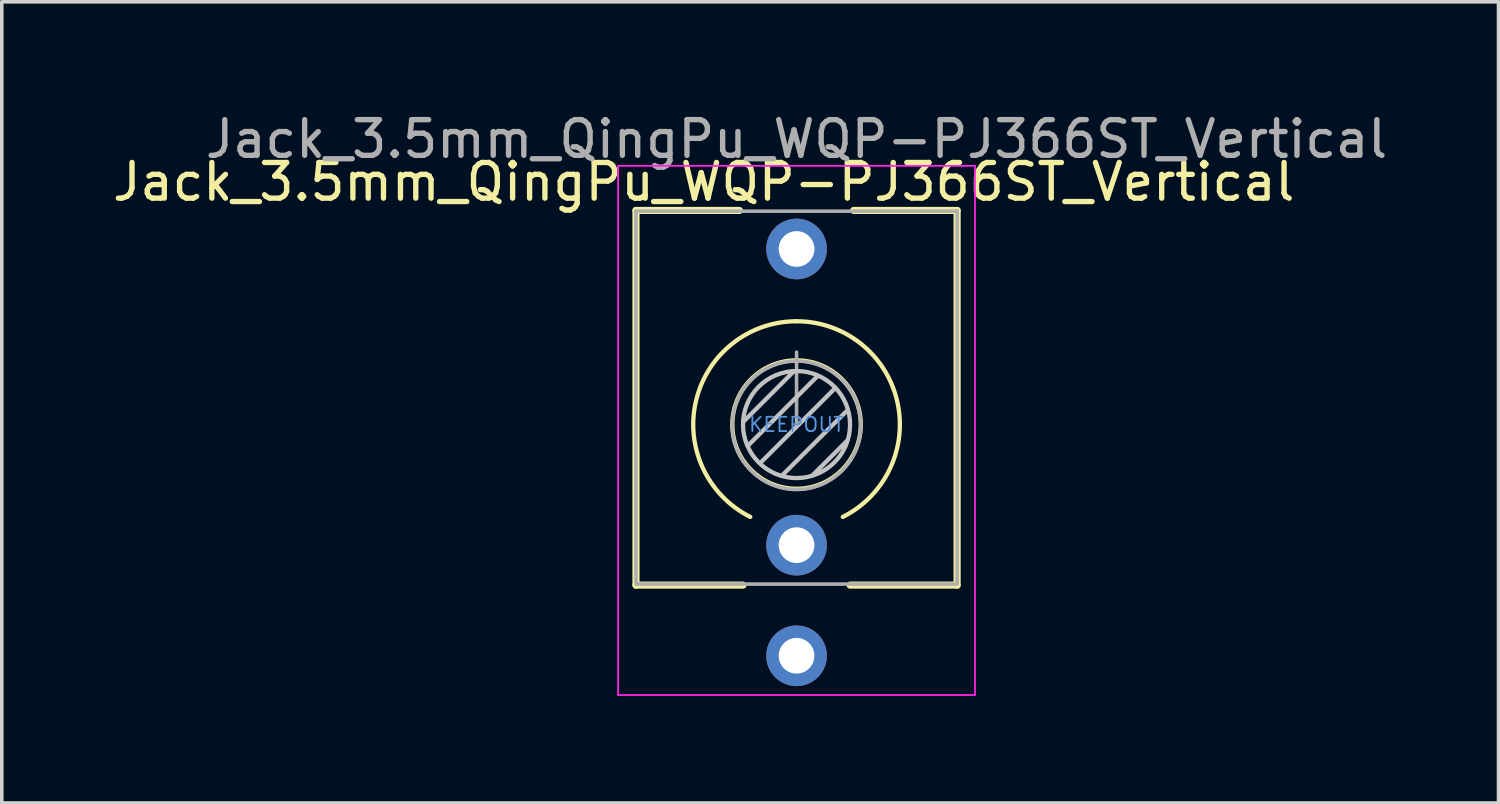
<source format=kicad_pcb>
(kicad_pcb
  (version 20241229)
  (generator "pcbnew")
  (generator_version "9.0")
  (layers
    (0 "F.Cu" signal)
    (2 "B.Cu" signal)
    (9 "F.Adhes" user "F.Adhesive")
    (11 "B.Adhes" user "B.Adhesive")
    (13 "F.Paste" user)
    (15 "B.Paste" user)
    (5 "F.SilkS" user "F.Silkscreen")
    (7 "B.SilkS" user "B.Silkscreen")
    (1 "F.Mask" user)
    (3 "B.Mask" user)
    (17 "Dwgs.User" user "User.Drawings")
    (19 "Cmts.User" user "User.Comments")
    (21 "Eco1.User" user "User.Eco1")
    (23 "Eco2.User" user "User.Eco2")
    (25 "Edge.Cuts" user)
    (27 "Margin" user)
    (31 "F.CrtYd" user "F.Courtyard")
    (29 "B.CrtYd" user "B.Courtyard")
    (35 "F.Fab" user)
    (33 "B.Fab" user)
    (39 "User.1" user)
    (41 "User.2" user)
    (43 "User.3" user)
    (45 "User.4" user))
  (footprint "Jack_3.5mm_QingPu_WQP-PJ366ST_Vertical"
    (layer "F.Cu")
    (at 19.273 8.848)
    (property "Reference" "Jack_3.5mm_QingPu_WQP-PJ366ST_Vertical" (at -2.6 -6.8 0) (layer "F.SilkS") (effects (font (size 1 1) (thickness 0.15))))
    (attr through_hole)
    (fp_line (start -4.5 -6) (end -1.6 -6) (stroke (width 0.2) (type solid)) (layer "F.SilkS"))
    (fp_line (start -4.5 4.5) (end -4.5 -6) (stroke (width 0.2) (type solid)) (layer "F.SilkS"))
    (fp_line (start -4.5 4.5) (end -1.5 4.5) (stroke (width 0.2) (type solid)) (layer "F.SilkS"))
    (fp_line (start 1.5 4.5) (end 4.5 4.5) (stroke (width 0.2) (type solid)) (layer "F.SilkS"))
    (fp_line (start 1.6 -6) (end 4.5 -6) (stroke (width 0.2) (type solid)) (layer "F.SilkS"))
    (fp_line (start 4.5 4.5) (end 4.5 -6) (stroke (width 0.2) (type solid)) (layer "F.SilkS"))
    (fp_arc (start -1.296263 2.588577) (mid -2.817353 -0.665994) (end 0 -2.895) (stroke (width 0.12) (type solid)) (layer "F.SilkS"))
    (fp_arc (start 0 -2.895) (mid 2.817353 -0.665994) (end 1.296263 2.588577) (stroke (width 0.12) (type solid)) (layer "F.SilkS"))
    (fp_circle (center 0 0) (end -1.8 0) (stroke (width 0.12) (type solid)) (fill no) (layer "F.SilkS"))
    (fp_line (start -0.09 -1.48) (end -1.48 -0.09) (stroke (width 0.12) (type solid)) (layer "Dwgs.User"))
    (fp_line (start 0.58 -1.35) (end -1.36 0.59) (stroke (width 0.12) (type solid)) (layer "Dwgs.User"))
    (fp_line (start 1.07 -1.01) (end -1.01 1.07) (stroke (width 0.12) (type solid)) (layer "Dwgs.User"))
    (fp_line (start 1.41 0.46) (end 0.46 1.41) (stroke (width 0.12) (type solid)) (layer "Dwgs.User"))
    (fp_line (start 1.42 -0.395) (end -0.4 1.42) (stroke (width 0.12) (type solid)) (layer "Dwgs.User"))
    (fp_circle (center 0 0) (end -1.5 0) (stroke (width 0.12) (type solid)) (fill no) (layer "Dwgs.User"))
    (fp_line (start -5 -7.25) (end -5 7.58) (stroke (width 0.05) (type solid)) (layer "F.CrtYd"))
    (fp_line (start -5 -7.25) (end 5 -7.25) (stroke (width 0.05) (type solid)) (layer "F.CrtYd"))
    (fp_line (start -5 7.58) (end 5 7.58) (stroke (width 0.05) (type solid)) (layer "F.CrtYd"))
    (fp_line (start 5 -7.25) (end 5 7.58) (stroke (width 0.05) (type solid)) (layer "F.CrtYd"))
    (fp_line (start -4.5 -5.98) (end -4.5 4.42) (stroke (width 0.1) (type solid)) (layer "F.Fab"))
    (fp_line (start -4.5 -5.98) (end 4.5 -5.98) (stroke (width 0.1) (type solid)) (layer "F.Fab"))
    (fp_line (start -4.5 4.47) (end 4.5 4.47) (stroke (width 0.1) (type solid)) (layer "F.Fab"))
    (fp_line (start 0 0) (end 0 -2.03) (stroke (width 0.1) (type solid)) (layer "F.Fab"))
    (fp_line (start 4.5 -5.98) (end 4.5 4.42) (stroke (width 0.1) (type solid)) (layer "F.Fab"))
    (fp_circle (center 0 0.02) (end -1.8 0.02) (stroke (width 0.1) (type solid)) (fill no) (layer "F.Fab"))
    (fp_text user "KEEPOUT" (at 0 0 180) (layer "Cmts.User") (effects (font (size 0.4 0.4) (thickness 0.051))))
    (fp_text user "${REFERENCE}" (at 0 -8 0) (layer "F.Fab") (effects (font (size 1 1) (thickness 0.15))))
    (pad "R" thru_hole circle (at 0 3.38) (size 1.7 1.7) (drill 1) (layers "*.Cu" "*.Mask"))
    (pad "S" thru_hole circle (at 0 6.48) (size 1.7 1.7) (drill 1) (layers "*.Cu" "*.Mask"))
    (pad "T" thru_hole circle (at 0 -4.92) (size 1.7 1.7) (drill 1) (layers "*.Cu" "*.Mask")))
  (gr_rect
    (start -3 -3)
    (end 38.945 19.453)
    (stroke (width 0.1) (type default))
    (fill no)
    (layer "Edge.Cuts")))
</source>
